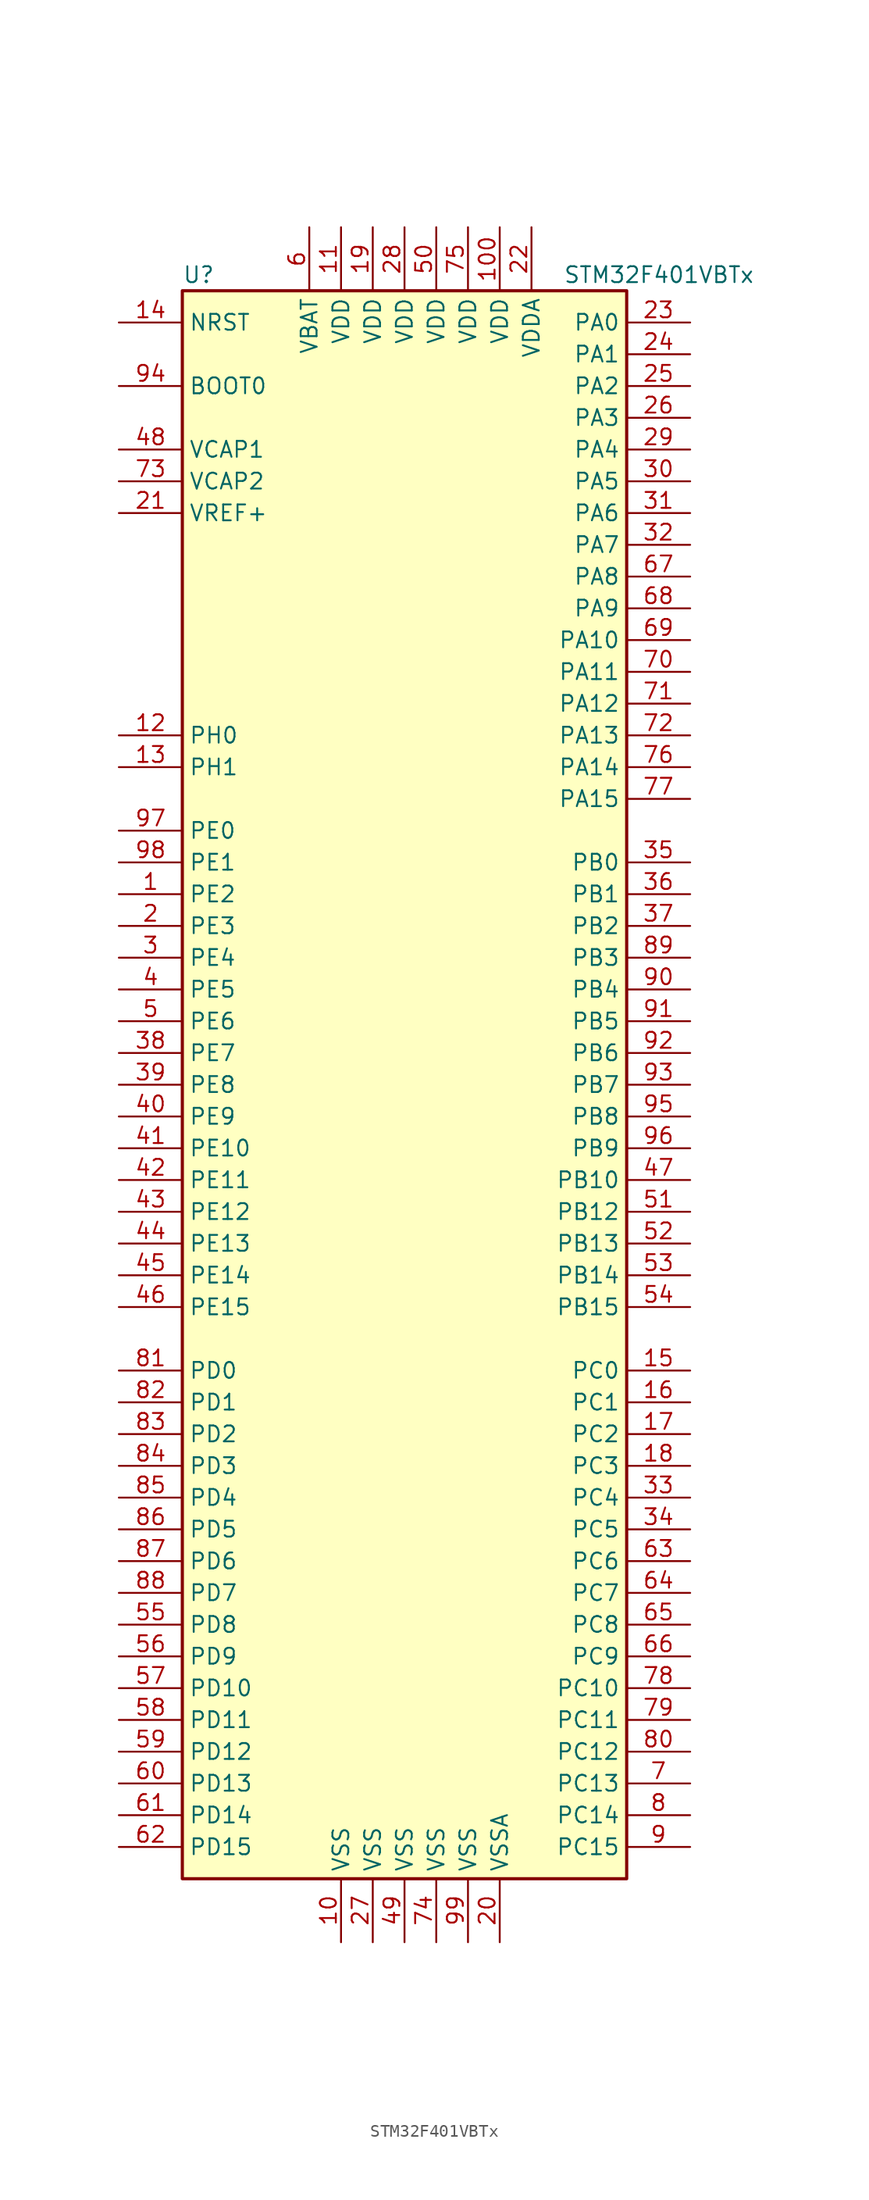
<source format=kicad_sym>
(kicad_symbol_lib
  (version 20201005)
  (generator kicad_symbol_editor)
  (symbol "STM32F401VBTx"
    (property "Reference" "U"
      (at -17.78 64.77 0)
      (effects (font (size 1.27 1.27)) (justify left)))
    (property "Value" "STM32F401VBTx"
      (at 12.7 64.77 0)
      (effects (font (size 1.27 1.27)) (justify left)))
    (symbol "STM32F401VBTx_0_1"
      (rectangle (start -17.78 -63.5) (end 17.78 63.5) (stroke (width 0.254)) (fill (type background))))
    (symbol "STM32F401VBTx_1_1"
      (pin bidirectional line (at -22.86 15.24 0) (length 5.08) (name "PE2" (effects (font (size 1.27 1.27)))) (number "1" (effects (font (size 1.27 1.27)))))
      (pin power_in line (at -5.08 -68.58 90) (length 5.08) (name "VSS" (effects (font (size 1.27 1.27)))) (number "10" (effects (font (size 1.27 1.27)))))
      (pin power_in line (at 7.62 68.58 270) (length 5.08) (name "VDD" (effects (font (size 1.27 1.27)))) (number "100" (effects (font (size 1.27 1.27)))))
      (pin power_in line (at -5.08 68.58 270) (length 5.08) (name "VDD" (effects (font (size 1.27 1.27)))) (number "11" (effects (font (size 1.27 1.27)))))
      (pin input line (at -22.86 27.94 0) (length 5.08) (name "PH0" (effects (font (size 1.27 1.27)))) (number "12" (effects (font (size 1.27 1.27)))))
      (pin input line (at -22.86 25.4 0) (length 5.08) (name "PH1" (effects (font (size 1.27 1.27)))) (number "13" (effects (font (size 1.27 1.27)))))
      (pin input line (at -22.86 60.96 0) (length 5.08) (name "NRST" (effects (font (size 1.27 1.27)))) (number "14" (effects (font (size 1.27 1.27)))))
      (pin bidirectional line (at 22.86 -22.86 180) (length 5.08) (name "PC0" (effects (font (size 1.27 1.27)))) (number "15" (effects (font (size 1.27 1.27)))))
      (pin bidirectional line (at 22.86 -25.4 180) (length 5.08) (name "PC1" (effects (font (size 1.27 1.27)))) (number "16" (effects (font (size 1.27 1.27)))))
      (pin bidirectional line (at 22.86 -27.94 180) (length 5.08) (name "PC2" (effects (font (size 1.27 1.27)))) (number "17" (effects (font (size 1.27 1.27)))))
      (pin bidirectional line (at 22.86 -30.48 180) (length 5.08) (name "PC3" (effects (font (size 1.27 1.27)))) (number "18" (effects (font (size 1.27 1.27)))))
      (pin power_in line (at -2.54 68.58 270) (length 5.08) (name "VDD" (effects (font (size 1.27 1.27)))) (number "19" (effects (font (size 1.27 1.27)))))
      (pin bidirectional line (at -22.86 12.7 0) (length 5.08) (name "PE3" (effects (font (size 1.27 1.27)))) (number "2" (effects (font (size 1.27 1.27)))))
      (pin power_in line (at 7.62 -68.58 90) (length 5.08) (name "VSSA" (effects (font (size 1.27 1.27)))) (number "20" (effects (font (size 1.27 1.27)))))
      (pin power_in line (at -22.86 45.72 0) (length 5.08) (name "VREF+" (effects (font (size 1.27 1.27)))) (number "21" (effects (font (size 1.27 1.27)))))
      (pin power_in line (at 10.16 68.58 270) (length 5.08) (name "VDDA" (effects (font (size 1.27 1.27)))) (number "22" (effects (font (size 1.27 1.27)))))
      (pin bidirectional line (at 22.86 60.96 180) (length 5.08) (name "PA0" (effects (font (size 1.27 1.27)))) (number "23" (effects (font (size 1.27 1.27)))))
      (pin bidirectional line (at 22.86 58.42 180) (length 5.08) (name "PA1" (effects (font (size 1.27 1.27)))) (number "24" (effects (font (size 1.27 1.27)))))
      (pin bidirectional line (at 22.86 55.88 180) (length 5.08) (name "PA2" (effects (font (size 1.27 1.27)))) (number "25" (effects (font (size 1.27 1.27)))))
      (pin bidirectional line (at 22.86 53.34 180) (length 5.08) (name "PA3" (effects (font (size 1.27 1.27)))) (number "26" (effects (font (size 1.27 1.27)))))
      (pin power_in line (at -2.54 -68.58 90) (length 5.08) (name "VSS" (effects (font (size 1.27 1.27)))) (number "27" (effects (font (size 1.27 1.27)))))
      (pin power_in line (at 0 68.58 270) (length 5.08) (name "VDD" (effects (font (size 1.27 1.27)))) (number "28" (effects (font (size 1.27 1.27)))))
      (pin bidirectional line (at 22.86 50.8 180) (length 5.08) (name "PA4" (effects (font (size 1.27 1.27)))) (number "29" (effects (font (size 1.27 1.27)))))
      (pin bidirectional line (at -22.86 10.16 0) (length 5.08) (name "PE4" (effects (font (size 1.27 1.27)))) (number "3" (effects (font (size 1.27 1.27)))))
      (pin bidirectional line (at 22.86 48.26 180) (length 5.08) (name "PA5" (effects (font (size 1.27 1.27)))) (number "30" (effects (font (size 1.27 1.27)))))
      (pin bidirectional line (at 22.86 45.72 180) (length 5.08) (name "PA6" (effects (font (size 1.27 1.27)))) (number "31" (effects (font (size 1.27 1.27)))))
      (pin bidirectional line (at 22.86 43.18 180) (length 5.08) (name "PA7" (effects (font (size 1.27 1.27)))) (number "32" (effects (font (size 1.27 1.27)))))
      (pin bidirectional line (at 22.86 -33.02 180) (length 5.08) (name "PC4" (effects (font (size 1.27 1.27)))) (number "33" (effects (font (size 1.27 1.27)))))
      (pin bidirectional line (at 22.86 -35.56 180) (length 5.08) (name "PC5" (effects (font (size 1.27 1.27)))) (number "34" (effects (font (size 1.27 1.27)))))
      (pin bidirectional line (at 22.86 17.78 180) (length 5.08) (name "PB0" (effects (font (size 1.27 1.27)))) (number "35" (effects (font (size 1.27 1.27)))))
      (pin bidirectional line (at 22.86 15.24 180) (length 5.08) (name "PB1" (effects (font (size 1.27 1.27)))) (number "36" (effects (font (size 1.27 1.27)))))
      (pin bidirectional line (at 22.86 12.7 180) (length 5.08) (name "PB2" (effects (font (size 1.27 1.27)))) (number "37" (effects (font (size 1.27 1.27)))))
      (pin bidirectional line (at -22.86 2.54 0) (length 5.08) (name "PE7" (effects (font (size 1.27 1.27)))) (number "38" (effects (font (size 1.27 1.27)))))
      (pin bidirectional line (at -22.86 0 0) (length 5.08) (name "PE8" (effects (font (size 1.27 1.27)))) (number "39" (effects (font (size 1.27 1.27)))))
      (pin bidirectional line (at -22.86 7.62 0) (length 5.08) (name "PE5" (effects (font (size 1.27 1.27)))) (number "4" (effects (font (size 1.27 1.27)))))
      (pin bidirectional line (at -22.86 -2.54 0) (length 5.08) (name "PE9" (effects (font (size 1.27 1.27)))) (number "40" (effects (font (size 1.27 1.27)))))
      (pin bidirectional line (at -22.86 -5.08 0) (length 5.08) (name "PE10" (effects (font (size 1.27 1.27)))) (number "41" (effects (font (size 1.27 1.27)))))
      (pin bidirectional line (at -22.86 -7.62 0) (length 5.08) (name "PE11" (effects (font (size 1.27 1.27)))) (number "42" (effects (font (size 1.27 1.27)))))
      (pin bidirectional line (at -22.86 -10.16 0) (length 5.08) (name "PE12" (effects (font (size 1.27 1.27)))) (number "43" (effects (font (size 1.27 1.27)))))
      (pin bidirectional line (at -22.86 -12.7 0) (length 5.08) (name "PE13" (effects (font (size 1.27 1.27)))) (number "44" (effects (font (size 1.27 1.27)))))
      (pin bidirectional line (at -22.86 -15.24 0) (length 5.08) (name "PE14" (effects (font (size 1.27 1.27)))) (number "45" (effects (font (size 1.27 1.27)))))
      (pin bidirectional line (at -22.86 -17.78 0) (length 5.08) (name "PE15" (effects (font (size 1.27 1.27)))) (number "46" (effects (font (size 1.27 1.27)))))
      (pin bidirectional line (at 22.86 -7.62 180) (length 5.08) (name "PB10" (effects (font (size 1.27 1.27)))) (number "47" (effects (font (size 1.27 1.27)))))
      (pin power_in line (at -22.86 50.8 0) (length 5.08) (name "VCAP1" (effects (font (size 1.27 1.27)))) (number "48" (effects (font (size 1.27 1.27)))))
      (pin power_in line (at 0 -68.58 90) (length 5.08) (name "VSS" (effects (font (size 1.27 1.27)))) (number "49" (effects (font (size 1.27 1.27)))))
      (pin bidirectional line (at -22.86 5.08 0) (length 5.08) (name "PE6" (effects (font (size 1.27 1.27)))) (number "5" (effects (font (size 1.27 1.27)))))
      (pin power_in line (at 2.54 68.58 270) (length 5.08) (name "VDD" (effects (font (size 1.27 1.27)))) (number "50" (effects (font (size 1.27 1.27)))))
      (pin bidirectional line (at 22.86 -10.16 180) (length 5.08) (name "PB12" (effects (font (size 1.27 1.27)))) (number "51" (effects (font (size 1.27 1.27)))))
      (pin bidirectional line (at 22.86 -12.7 180) (length 5.08) (name "PB13" (effects (font (size 1.27 1.27)))) (number "52" (effects (font (size 1.27 1.27)))))
      (pin bidirectional line (at 22.86 -15.24 180) (length 5.08) (name "PB14" (effects (font (size 1.27 1.27)))) (number "53" (effects (font (size 1.27 1.27)))))
      (pin bidirectional line (at 22.86 -17.78 180) (length 5.08) (name "PB15" (effects (font (size 1.27 1.27)))) (number "54" (effects (font (size 1.27 1.27)))))
      (pin bidirectional line (at -22.86 -43.18 0) (length 5.08) (name "PD8" (effects (font (size 1.27 1.27)))) (number "55" (effects (font (size 1.27 1.27)))))
      (pin bidirectional line (at -22.86 -45.72 0) (length 5.08) (name "PD9" (effects (font (size 1.27 1.27)))) (number "56" (effects (font (size 1.27 1.27)))))
      (pin bidirectional line (at -22.86 -48.26 0) (length 5.08) (name "PD10" (effects (font (size 1.27 1.27)))) (number "57" (effects (font (size 1.27 1.27)))))
      (pin bidirectional line (at -22.86 -50.8 0) (length 5.08) (name "PD11" (effects (font (size 1.27 1.27)))) (number "58" (effects (font (size 1.27 1.27)))))
      (pin bidirectional line (at -22.86 -53.34 0) (length 5.08) (name "PD12" (effects (font (size 1.27 1.27)))) (number "59" (effects (font (size 1.27 1.27)))))
      (pin power_in line (at -7.62 68.58 270) (length 5.08) (name "VBAT" (effects (font (size 1.27 1.27)))) (number "6" (effects (font (size 1.27 1.27)))))
      (pin bidirectional line (at -22.86 -55.88 0) (length 5.08) (name "PD13" (effects (font (size 1.27 1.27)))) (number "60" (effects (font (size 1.27 1.27)))))
      (pin bidirectional line (at -22.86 -58.42 0) (length 5.08) (name "PD14" (effects (font (size 1.27 1.27)))) (number "61" (effects (font (size 1.27 1.27)))))
      (pin bidirectional line (at -22.86 -60.96 0) (length 5.08) (name "PD15" (effects (font (size 1.27 1.27)))) (number "62" (effects (font (size 1.27 1.27)))))
      (pin bidirectional line (at 22.86 -38.1 180) (length 5.08) (name "PC6" (effects (font (size 1.27 1.27)))) (number "63" (effects (font (size 1.27 1.27)))))
      (pin bidirectional line (at 22.86 -40.64 180) (length 5.08) (name "PC7" (effects (font (size 1.27 1.27)))) (number "64" (effects (font (size 1.27 1.27)))))
      (pin bidirectional line (at 22.86 -43.18 180) (length 5.08) (name "PC8" (effects (font (size 1.27 1.27)))) (number "65" (effects (font (size 1.27 1.27)))))
      (pin bidirectional line (at 22.86 -45.72 180) (length 5.08) (name "PC9" (effects (font (size 1.27 1.27)))) (number "66" (effects (font (size 1.27 1.27)))))
      (pin bidirectional line (at 22.86 40.64 180) (length 5.08) (name "PA8" (effects (font (size 1.27 1.27)))) (number "67" (effects (font (size 1.27 1.27)))))
      (pin bidirectional line (at 22.86 38.1 180) (length 5.08) (name "PA9" (effects (font (size 1.27 1.27)))) (number "68" (effects (font (size 1.27 1.27)))))
      (pin bidirectional line (at 22.86 35.56 180) (length 5.08) (name "PA10" (effects (font (size 1.27 1.27)))) (number "69" (effects (font (size 1.27 1.27)))))
      (pin bidirectional line (at 22.86 -55.88 180) (length 5.08) (name "PC13" (effects (font (size 1.27 1.27)))) (number "7" (effects (font (size 1.27 1.27)))))
      (pin bidirectional line (at 22.86 33.02 180) (length 5.08) (name "PA11" (effects (font (size 1.27 1.27)))) (number "70" (effects (font (size 1.27 1.27)))))
      (pin bidirectional line (at 22.86 30.48 180) (length 5.08) (name "PA12" (effects (font (size 1.27 1.27)))) (number "71" (effects (font (size 1.27 1.27)))))
      (pin bidirectional line (at 22.86 27.94 180) (length 5.08) (name "PA13" (effects (font (size 1.27 1.27)))) (number "72" (effects (font (size 1.27 1.27)))))
      (pin power_in line (at -22.86 48.26 0) (length 5.08) (name "VCAP2" (effects (font (size 1.27 1.27)))) (number "73" (effects (font (size 1.27 1.27)))))
      (pin power_in line (at 2.54 -68.58 90) (length 5.08) (name "VSS" (effects (font (size 1.27 1.27)))) (number "74" (effects (font (size 1.27 1.27)))))
      (pin power_in line (at 5.08 68.58 270) (length 5.08) (name "VDD" (effects (font (size 1.27 1.27)))) (number "75" (effects (font (size 1.27 1.27)))))
      (pin bidirectional line (at 22.86 25.4 180) (length 5.08) (name "PA14" (effects (font (size 1.27 1.27)))) (number "76" (effects (font (size 1.27 1.27)))))
      (pin bidirectional line (at 22.86 22.86 180) (length 5.08) (name "PA15" (effects (font (size 1.27 1.27)))) (number "77" (effects (font (size 1.27 1.27)))))
      (pin bidirectional line (at 22.86 -48.26 180) (length 5.08) (name "PC10" (effects (font (size 1.27 1.27)))) (number "78" (effects (font (size 1.27 1.27)))))
      (pin bidirectional line (at 22.86 -50.8 180) (length 5.08) (name "PC11" (effects (font (size 1.27 1.27)))) (number "79" (effects (font (size 1.27 1.27)))))
      (pin bidirectional line (at 22.86 -58.42 180) (length 5.08) (name "PC14" (effects (font (size 1.27 1.27)))) (number "8" (effects (font (size 1.27 1.27)))))
      (pin bidirectional line (at 22.86 -53.34 180) (length 5.08) (name "PC12" (effects (font (size 1.27 1.27)))) (number "80" (effects (font (size 1.27 1.27)))))
      (pin bidirectional line (at -22.86 -22.86 0) (length 5.08) (name "PD0" (effects (font (size 1.27 1.27)))) (number "81" (effects (font (size 1.27 1.27)))))
      (pin bidirectional line (at -22.86 -25.4 0) (length 5.08) (name "PD1" (effects (font (size 1.27 1.27)))) (number "82" (effects (font (size 1.27 1.27)))))
      (pin bidirectional line (at -22.86 -27.94 0) (length 5.08) (name "PD2" (effects (font (size 1.27 1.27)))) (number "83" (effects (font (size 1.27 1.27)))))
      (pin bidirectional line (at -22.86 -30.48 0) (length 5.08) (name "PD3" (effects (font (size 1.27 1.27)))) (number "84" (effects (font (size 1.27 1.27)))))
      (pin bidirectional line (at -22.86 -33.02 0) (length 5.08) (name "PD4" (effects (font (size 1.27 1.27)))) (number "85" (effects (font (size 1.27 1.27)))))
      (pin bidirectional line (at -22.86 -35.56 0) (length 5.08) (name "PD5" (effects (font (size 1.27 1.27)))) (number "86" (effects (font (size 1.27 1.27)))))
      (pin bidirectional line (at -22.86 -38.1 0) (length 5.08) (name "PD6" (effects (font (size 1.27 1.27)))) (number "87" (effects (font (size 1.27 1.27)))))
      (pin bidirectional line (at -22.86 -40.64 0) (length 5.08) (name "PD7" (effects (font (size 1.27 1.27)))) (number "88" (effects (font (size 1.27 1.27)))))
      (pin bidirectional line (at 22.86 10.16 180) (length 5.08) (name "PB3" (effects (font (size 1.27 1.27)))) (number "89" (effects (font (size 1.27 1.27)))))
      (pin bidirectional line (at 22.86 -60.96 180) (length 5.08) (name "PC15" (effects (font (size 1.27 1.27)))) (number "9" (effects (font (size 1.27 1.27)))))
      (pin bidirectional line (at 22.86 7.62 180) (length 5.08) (name "PB4" (effects (font (size 1.27 1.27)))) (number "90" (effects (font (size 1.27 1.27)))))
      (pin bidirectional line (at 22.86 5.08 180) (length 5.08) (name "PB5" (effects (font (size 1.27 1.27)))) (number "91" (effects (font (size 1.27 1.27)))))
      (pin bidirectional line (at 22.86 2.54 180) (length 5.08) (name "PB6" (effects (font (size 1.27 1.27)))) (number "92" (effects (font (size 1.27 1.27)))))
      (pin bidirectional line (at 22.86 0 180) (length 5.08) (name "PB7" (effects (font (size 1.27 1.27)))) (number "93" (effects (font (size 1.27 1.27)))))
      (pin input line (at -22.86 55.88 0) (length 5.08) (name "BOOT0" (effects (font (size 1.27 1.27)))) (number "94" (effects (font (size 1.27 1.27)))))
      (pin bidirectional line (at 22.86 -2.54 180) (length 5.08) (name "PB8" (effects (font (size 1.27 1.27)))) (number "95" (effects (font (size 1.27 1.27)))))
      (pin bidirectional line (at 22.86 -5.08 180) (length 5.08) (name "PB9" (effects (font (size 1.27 1.27)))) (number "96" (effects (font (size 1.27 1.27)))))
      (pin bidirectional line (at -22.86 20.32 0) (length 5.08) (name "PE0" (effects (font (size 1.27 1.27)))) (number "97" (effects (font (size 1.27 1.27)))))
      (pin bidirectional line (at -22.86 17.78 0) (length 5.08) (name "PE1" (effects (font (size 1.27 1.27)))) (number "98" (effects (font (size 1.27 1.27)))))
      (pin power_in line (at 5.08 -68.58 90) (length 5.08) (name "VSS" (effects (font (size 1.27 1.27)))) (number "99" (effects (font (size 1.27 1.27))))))))
</source>
